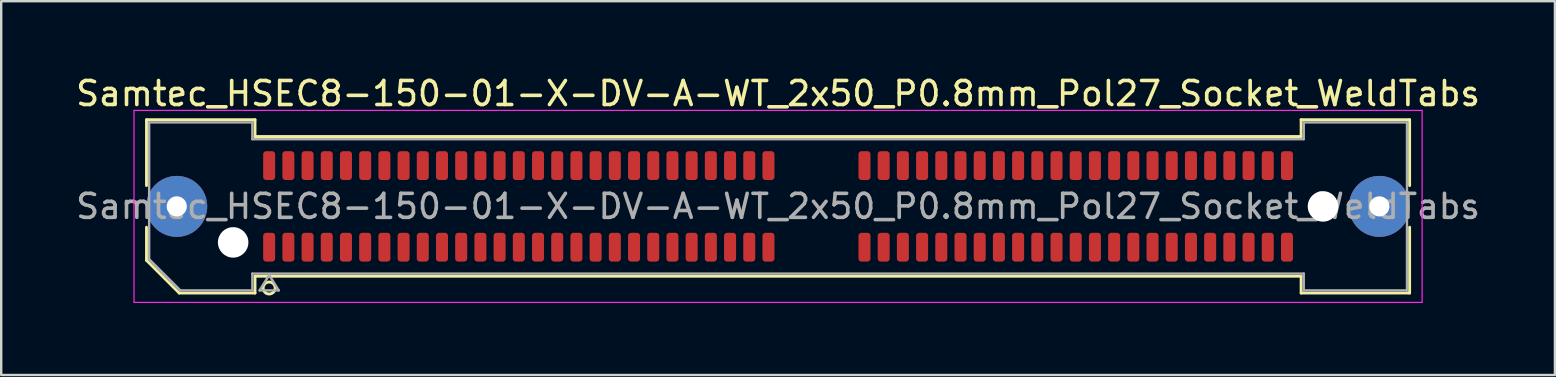
<source format=kicad_pcb>
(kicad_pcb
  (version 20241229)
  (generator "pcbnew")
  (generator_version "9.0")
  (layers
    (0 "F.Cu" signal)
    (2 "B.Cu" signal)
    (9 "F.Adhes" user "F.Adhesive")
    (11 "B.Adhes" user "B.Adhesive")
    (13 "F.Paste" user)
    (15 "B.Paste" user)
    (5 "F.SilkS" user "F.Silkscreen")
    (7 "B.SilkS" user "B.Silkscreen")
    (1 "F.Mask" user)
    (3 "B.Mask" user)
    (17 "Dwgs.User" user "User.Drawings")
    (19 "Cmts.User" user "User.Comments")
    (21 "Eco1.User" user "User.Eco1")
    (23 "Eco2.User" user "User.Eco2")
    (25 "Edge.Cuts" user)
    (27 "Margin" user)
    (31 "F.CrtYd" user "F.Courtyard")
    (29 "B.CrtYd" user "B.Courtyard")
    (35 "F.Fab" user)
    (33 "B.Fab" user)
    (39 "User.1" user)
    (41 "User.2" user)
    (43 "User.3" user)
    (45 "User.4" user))
  (footprint "Samtec_HSEC8-150-01-X-DV-A-WT_2x50_P0.8mm_Pol27_Socket_WeldTabs"
    (layer "F.Cu")
    (at 29.363 5.548)
    (property "Reference" "Samtec_HSEC8-150-01-X-DV-A-WT_2x50_P0.8mm_Pol27_Socket_WeldTabs" (at 0 -4.7 0) (layer "F.SilkS") (effects (font (size 1 1) (thickness 0.15))))
    (attr smd)
    (fp_line (start -26.31 -3.61) (end -21.79 -3.61) (stroke (width 0.12) (type solid)) (layer "F.SilkS"))
    (fp_line (start -26.31 -0.868) (end -26.31 -3.61) (stroke (width 0.12) (type solid)) (layer "F.SilkS"))
    (fp_line (start -26.31 2.246) (end -26.31 0.868) (stroke (width 0.12) (type solid)) (layer "F.SilkS"))
    (fp_line (start -24.946 3.61) (end -26.31 2.246) (stroke (width 0.12) (type solid)) (layer "F.SilkS"))
    (fp_line (start -21.79 -3.61) (end -21.79 -2.91) (stroke (width 0.12) (type solid)) (layer "F.SilkS"))
    (fp_line (start -21.79 -2.91) (end 21.79 -2.91) (stroke (width 0.12) (type solid)) (layer "F.SilkS"))
    (fp_line (start -21.79 2.91) (end -21.79 3.61) (stroke (width 0.12) (type solid)) (layer "F.SilkS"))
    (fp_line (start -21.79 3.61) (end -24.946 3.61) (stroke (width 0.12) (type solid)) (layer "F.SilkS"))
    (fp_line (start 21.79 -3.61) (end 26.31 -3.61) (stroke (width 0.12) (type solid)) (layer "F.SilkS"))
    (fp_line (start 21.79 -2.91) (end 21.79 -3.61) (stroke (width 0.12) (type solid)) (layer "F.SilkS"))
    (fp_line (start 21.79 2.91) (end -21.79 2.91) (stroke (width 0.12) (type solid)) (layer "F.SilkS"))
    (fp_line (start 21.79 3.61) (end 21.79 2.91) (stroke (width 0.12) (type solid)) (layer "F.SilkS"))
    (fp_line (start 26.31 -3.61) (end 26.31 -0.868) (stroke (width 0.12) (type solid)) (layer "F.SilkS"))
    (fp_line (start 26.31 0.868) (end 26.31 3.61) (stroke (width 0.12) (type solid)) (layer "F.SilkS"))
    (fp_line (start 26.31 3.61) (end 21.79 3.61) (stroke (width 0.12) (type solid)) (layer "F.SilkS"))
    (fp_arc (start -20.95 3.4) (mid -21.45 3.4) (end -20.95 3.4) (stroke (width 0.12) (type solid)) (layer "F.SilkS"))
    (fp_line (start -26.83 -4) (end -26.83 4) (stroke (width 0.05) (type solid)) (layer "F.CrtYd"))
    (fp_line (start -26.83 4) (end 26.83 4) (stroke (width 0.05) (type solid)) (layer "F.CrtYd"))
    (fp_line (start 26.83 -4) (end -26.83 -4) (stroke (width 0.05) (type solid)) (layer "F.CrtYd"))
    (fp_line (start 26.83 4) (end 26.83 -4) (stroke (width 0.05) (type solid)) (layer "F.CrtYd"))
    (fp_line (start -26.2 -3.5) (end -21.9 -3.5) (stroke (width 0.1) (type solid)) (layer "F.Fab"))
    (fp_line (start -26.2 2.2) (end -26.2 -3.5) (stroke (width 0.1) (type solid)) (layer "F.Fab"))
    (fp_line (start -24.9 3.5) (end -26.2 2.2) (stroke (width 0.1) (type solid)) (layer "F.Fab"))
    (fp_line (start -21.9 -3.5) (end -21.9 -2.8) (stroke (width 0.1) (type solid)) (layer "F.Fab"))
    (fp_line (start -21.9 -2.8) (end 21.9 -2.8) (stroke (width 0.1) (type solid)) (layer "F.Fab"))
    (fp_line (start -21.9 2.8) (end -21.9 3.5) (stroke (width 0.1) (type solid)) (layer "F.Fab"))
    (fp_line (start -21.9 3.5) (end -24.9 3.5) (stroke (width 0.1) (type solid)) (layer "F.Fab"))
    (fp_line (start -21.6 3.5) (end -21.2 2.86) (stroke (width 0.1) (type solid)) (layer "F.Fab"))
    (fp_line (start -21.2 2.86) (end -20.8 3.5) (stroke (width 0.1) (type solid)) (layer "F.Fab"))
    (fp_line (start -20.8 3.5) (end -21.6 3.5) (stroke (width 0.1) (type solid)) (layer "F.Fab"))
    (fp_line (start 21.9 -3.5) (end 26.2 -3.5) (stroke (width 0.1) (type solid)) (layer "F.Fab"))
    (fp_line (start 21.9 -2.8) (end 21.9 -3.5) (stroke (width 0.1) (type solid)) (layer "F.Fab"))
    (fp_line (start 21.9 2.8) (end -21.9 2.8) (stroke (width 0.1) (type solid)) (layer "F.Fab"))
    (fp_line (start 21.9 3.5) (end 21.9 2.8) (stroke (width 0.1) (type solid)) (layer "F.Fab"))
    (fp_line (start 26.2 -3.5) (end 26.2 3.5) (stroke (width 0.1) (type solid)) (layer "F.Fab"))
    (fp_line (start 26.2 3.5) (end 21.9 3.5) (stroke (width 0.1) (type solid)) (layer "F.Fab"))
    (fp_text user "${REFERENCE}" (at 0 0 0) (layer "F.Fab") (effects (font (size 1 1) (thickness 0.15))))
    (pad "" thru_hole circle (at -25.05 0) (size 2.54 2.54) (drill 0.84) (layers "*.Cu" "*.Mask" "F.Paste"))
    (pad "" np_thru_hole circle (at -22.7 1.5) (size 1.27 1.27) (drill 1.27) (layers "*.Cu" "*.Mask"))
    (pad "" np_thru_hole circle (at 22.7 0) (size 1.27 1.27) (drill 1.27) (layers "*.Cu" "*.Mask"))
    (pad "" thru_hole circle (at 25.05 0) (size 2.54 2.54) (drill 0.84) (layers "*.Cu" "*.Mask" "F.Paste"))
    (pad "1" smd roundrect (at -21.2 1.7) (size 0.5 1.2) (layers "F.Cu" "F.Mask" "F.Paste") (roundrect_rratio 0.25))
    (pad "2" smd roundrect (at -21.2 -1.7) (size 0.5 1.2) (layers "F.Cu" "F.Mask" "F.Paste") (roundrect_rratio 0.25))
    (pad "3" smd roundrect (at -20.4 1.7) (size 0.5 1.2) (layers "F.Cu" "F.Mask" "F.Paste") (roundrect_rratio 0.25))
    (pad "4" smd roundrect (at -20.4 -1.7) (size 0.5 1.2) (layers "F.Cu" "F.Mask" "F.Paste") (roundrect_rratio 0.25))
    (pad "5" smd roundrect (at -19.6 1.7) (size 0.5 1.2) (layers "F.Cu" "F.Mask" "F.Paste") (roundrect_rratio 0.25))
    (pad "6" smd roundrect (at -19.6 -1.7) (size 0.5 1.2) (layers "F.Cu" "F.Mask" "F.Paste") (roundrect_rratio 0.25))
    (pad "7" smd roundrect (at -18.8 1.7) (size 0.5 1.2) (layers "F.Cu" "F.Mask" "F.Paste") (roundrect_rratio 0.25))
    (pad "8" smd roundrect (at -18.8 -1.7) (size 0.5 1.2) (layers "F.Cu" "F.Mask" "F.Paste") (roundrect_rratio 0.25))
    (pad "9" smd roundrect (at -18 1.7) (size 0.5 1.2) (layers "F.Cu" "F.Mask" "F.Paste") (roundrect_rratio 0.25))
    (pad "10" smd roundrect (at -18 -1.7) (size 0.5 1.2) (layers "F.Cu" "F.Mask" "F.Paste") (roundrect_rratio 0.25))
    (pad "11" smd roundrect (at -17.2 1.7) (size 0.5 1.2) (layers "F.Cu" "F.Mask" "F.Paste") (roundrect_rratio 0.25))
    (pad "12" smd roundrect (at -17.2 -1.7) (size 0.5 1.2) (layers "F.Cu" "F.Mask" "F.Paste") (roundrect_rratio 0.25))
    (pad "13" smd roundrect (at -16.4 1.7) (size 0.5 1.2) (layers "F.Cu" "F.Mask" "F.Paste") (roundrect_rratio 0.25))
    (pad "14" smd roundrect (at -16.4 -1.7) (size 0.5 1.2) (layers "F.Cu" "F.Mask" "F.Paste") (roundrect_rratio 0.25))
    (pad "15" smd roundrect (at -15.6 1.7) (size 0.5 1.2) (layers "F.Cu" "F.Mask" "F.Paste") (roundrect_rratio 0.25))
    (pad "16" smd roundrect (at -15.6 -1.7) (size 0.5 1.2) (layers "F.Cu" "F.Mask" "F.Paste") (roundrect_rratio 0.25))
    (pad "17" smd roundrect (at -14.8 1.7) (size 0.5 1.2) (layers "F.Cu" "F.Mask" "F.Paste") (roundrect_rratio 0.25))
    (pad "18" smd roundrect (at -14.8 -1.7) (size 0.5 1.2) (layers "F.Cu" "F.Mask" "F.Paste") (roundrect_rratio 0.25))
    (pad "19" smd roundrect (at -14 1.7) (size 0.5 1.2) (layers "F.Cu" "F.Mask" "F.Paste") (roundrect_rratio 0.25))
    (pad "20" smd roundrect (at -14 -1.7) (size 0.5 1.2) (layers "F.Cu" "F.Mask" "F.Paste") (roundrect_rratio 0.25))
    (pad "21" smd roundrect (at -13.2 1.7) (size 0.5 1.2) (layers "F.Cu" "F.Mask" "F.Paste") (roundrect_rratio 0.25))
    (pad "22" smd roundrect (at -13.2 -1.7) (size 0.5 1.2) (layers "F.Cu" "F.Mask" "F.Paste") (roundrect_rratio 0.25))
    (pad "23" smd roundrect (at -12.4 1.7) (size 0.5 1.2) (layers "F.Cu" "F.Mask" "F.Paste") (roundrect_rratio 0.25))
    (pad "24" smd roundrect (at -12.4 -1.7) (size 0.5 1.2) (layers "F.Cu" "F.Mask" "F.Paste") (roundrect_rratio 0.25))
    (pad "25" smd roundrect (at -11.6 1.7) (size 0.5 1.2) (layers "F.Cu" "F.Mask" "F.Paste") (roundrect_rratio 0.25))
    (pad "26" smd roundrect (at -11.6 -1.7) (size 0.5 1.2) (layers "F.Cu" "F.Mask" "F.Paste") (roundrect_rratio 0.25))
    (pad "27" smd roundrect (at -10.8 1.7) (size 0.5 1.2) (layers "F.Cu" "F.Mask" "F.Paste") (roundrect_rratio 0.25))
    (pad "28" smd roundrect (at -10.8 -1.7) (size 0.5 1.2) (layers "F.Cu" "F.Mask" "F.Paste") (roundrect_rratio 0.25))
    (pad "29" smd roundrect (at -10 1.7) (size 0.5 1.2) (layers "F.Cu" "F.Mask" "F.Paste") (roundrect_rratio 0.25))
    (pad "30" smd roundrect (at -10 -1.7) (size 0.5 1.2) (layers "F.Cu" "F.Mask" "F.Paste") (roundrect_rratio 0.25))
    (pad "31" smd roundrect (at -9.2 1.7) (size 0.5 1.2) (layers "F.Cu" "F.Mask" "F.Paste") (roundrect_rratio 0.25))
    (pad "32" smd roundrect (at -9.2 -1.7) (size 0.5 1.2) (layers "F.Cu" "F.Mask" "F.Paste") (roundrect_rratio 0.25))
    (pad "33" smd roundrect (at -8.4 1.7) (size 0.5 1.2) (layers "F.Cu" "F.Mask" "F.Paste") (roundrect_rratio 0.25))
    (pad "34" smd roundrect (at -8.4 -1.7) (size 0.5 1.2) (layers "F.Cu" "F.Mask" "F.Paste") (roundrect_rratio 0.25))
    (pad "35" smd roundrect (at -7.6 1.7) (size 0.5 1.2) (layers "F.Cu" "F.Mask" "F.Paste") (roundrect_rratio 0.25))
    (pad "36" smd roundrect (at -7.6 -1.7) (size 0.5 1.2) (layers "F.Cu" "F.Mask" "F.Paste") (roundrect_rratio 0.25))
    (pad "37" smd roundrect (at -6.8 1.7) (size 0.5 1.2) (layers "F.Cu" "F.Mask" "F.Paste") (roundrect_rratio 0.25))
    (pad "38" smd roundrect (at -6.8 -1.7) (size 0.5 1.2) (layers "F.Cu" "F.Mask" "F.Paste") (roundrect_rratio 0.25))
    (pad "39" smd roundrect (at -6 1.7) (size 0.5 1.2) (layers "F.Cu" "F.Mask" "F.Paste") (roundrect_rratio 0.25))
    (pad "40" smd roundrect (at -6 -1.7) (size 0.5 1.2) (layers "F.Cu" "F.Mask" "F.Paste") (roundrect_rratio 0.25))
    (pad "41" smd roundrect (at -5.2 1.7) (size 0.5 1.2) (layers "F.Cu" "F.Mask" "F.Paste") (roundrect_rratio 0.25))
    (pad "42" smd roundrect (at -5.2 -1.7) (size 0.5 1.2) (layers "F.Cu" "F.Mask" "F.Paste") (roundrect_rratio 0.25))
    (pad "43" smd roundrect (at -4.4 1.7) (size 0.5 1.2) (layers "F.Cu" "F.Mask" "F.Paste") (roundrect_rratio 0.25))
    (pad "44" smd roundrect (at -4.4 -1.7) (size 0.5 1.2) (layers "F.Cu" "F.Mask" "F.Paste") (roundrect_rratio 0.25))
    (pad "45" smd roundrect (at -3.6 1.7) (size 0.5 1.2) (layers "F.Cu" "F.Mask" "F.Paste") (roundrect_rratio 0.25))
    (pad "46" smd roundrect (at -3.6 -1.7) (size 0.5 1.2) (layers "F.Cu" "F.Mask" "F.Paste") (roundrect_rratio 0.25))
    (pad "47" smd roundrect (at -2.8 1.7) (size 0.5 1.2) (layers "F.Cu" "F.Mask" "F.Paste") (roundrect_rratio 0.25))
    (pad "48" smd roundrect (at -2.8 -1.7) (size 0.5 1.2) (layers "F.Cu" "F.Mask" "F.Paste") (roundrect_rratio 0.25))
    (pad "49" smd roundrect (at -2 1.7) (size 0.5 1.2) (layers "F.Cu" "F.Mask" "F.Paste") (roundrect_rratio 0.25))
    (pad "50" smd roundrect (at -2 -1.7) (size 0.5 1.2) (layers "F.Cu" "F.Mask" "F.Paste") (roundrect_rratio 0.25))
    (pad "51" smd roundrect (at -1.2 1.7) (size 0.5 1.2) (layers "F.Cu" "F.Mask" "F.Paste") (roundrect_rratio 0.25))
    (pad "52" smd roundrect (at -1.2 -1.7) (size 0.5 1.2) (layers "F.Cu" "F.Mask" "F.Paste") (roundrect_rratio 0.25))
    (pad "53" smd roundrect (at -0.4 1.7) (size 0.5 1.2) (layers "F.Cu" "F.Mask" "F.Paste") (roundrect_rratio 0.25))
    (pad "54" smd roundrect (at -0.4 -1.7) (size 0.5 1.2) (layers "F.Cu" "F.Mask" "F.Paste") (roundrect_rratio 0.25))
    (pad "55" smd roundrect (at 3.6 1.7) (size 0.5 1.2) (layers "F.Cu" "F.Mask" "F.Paste") (roundrect_rratio 0.25))
    (pad "56" smd roundrect (at 3.6 -1.7) (size 0.5 1.2) (layers "F.Cu" "F.Mask" "F.Paste") (roundrect_rratio 0.25))
    (pad "57" smd roundrect (at 4.4 1.7) (size 0.5 1.2) (layers "F.Cu" "F.Mask" "F.Paste") (roundrect_rratio 0.25))
    (pad "58" smd roundrect (at 4.4 -1.7) (size 0.5 1.2) (layers "F.Cu" "F.Mask" "F.Paste") (roundrect_rratio 0.25))
    (pad "59" smd roundrect (at 5.2 1.7) (size 0.5 1.2) (layers "F.Cu" "F.Mask" "F.Paste") (roundrect_rratio 0.25))
    (pad "60" smd roundrect (at 5.2 -1.7) (size 0.5 1.2) (layers "F.Cu" "F.Mask" "F.Paste") (roundrect_rratio 0.25))
    (pad "61" smd roundrect (at 6 1.7) (size 0.5 1.2) (layers "F.Cu" "F.Mask" "F.Paste") (roundrect_rratio 0.25))
    (pad "62" smd roundrect (at 6 -1.7) (size 0.5 1.2) (layers "F.Cu" "F.Mask" "F.Paste") (roundrect_rratio 0.25))
    (pad "63" smd roundrect (at 6.8 1.7) (size 0.5 1.2) (layers "F.Cu" "F.Mask" "F.Paste") (roundrect_rratio 0.25))
    (pad "64" smd roundrect (at 6.8 -1.7) (size 0.5 1.2) (layers "F.Cu" "F.Mask" "F.Paste") (roundrect_rratio 0.25))
    (pad "65" smd roundrect (at 7.6 1.7) (size 0.5 1.2) (layers "F.Cu" "F.Mask" "F.Paste") (roundrect_rratio 0.25))
    (pad "66" smd roundrect (at 7.6 -1.7) (size 0.5 1.2) (layers "F.Cu" "F.Mask" "F.Paste") (roundrect_rratio 0.25))
    (pad "67" smd roundrect (at 8.4 1.7) (size 0.5 1.2) (layers "F.Cu" "F.Mask" "F.Paste") (roundrect_rratio 0.25))
    (pad "68" smd roundrect (at 8.4 -1.7) (size 0.5 1.2) (layers "F.Cu" "F.Mask" "F.Paste") (roundrect_rratio 0.25))
    (pad "69" smd roundrect (at 9.2 1.7) (size 0.5 1.2) (layers "F.Cu" "F.Mask" "F.Paste") (roundrect_rratio 0.25))
    (pad "70" smd roundrect (at 9.2 -1.7) (size 0.5 1.2) (layers "F.Cu" "F.Mask" "F.Paste") (roundrect_rratio 0.25))
    (pad "71" smd roundrect (at 10 1.7) (size 0.5 1.2) (layers "F.Cu" "F.Mask" "F.Paste") (roundrect_rratio 0.25))
    (pad "72" smd roundrect (at 10 -1.7) (size 0.5 1.2) (layers "F.Cu" "F.Mask" "F.Paste") (roundrect_rratio 0.25))
    (pad "73" smd roundrect (at 10.8 1.7) (size 0.5 1.2) (layers "F.Cu" "F.Mask" "F.Paste") (roundrect_rratio 0.25))
    (pad "74" smd roundrect (at 10.8 -1.7) (size 0.5 1.2) (layers "F.Cu" "F.Mask" "F.Paste") (roundrect_rratio 0.25))
    (pad "75" smd roundrect (at 11.6 1.7) (size 0.5 1.2) (layers "F.Cu" "F.Mask" "F.Paste") (roundrect_rratio 0.25))
    (pad "76" smd roundrect (at 11.6 -1.7) (size 0.5 1.2) (layers "F.Cu" "F.Mask" "F.Paste") (roundrect_rratio 0.25))
    (pad "77" smd roundrect (at 12.4 1.7) (size 0.5 1.2) (layers "F.Cu" "F.Mask" "F.Paste") (roundrect_rratio 0.25))
    (pad "78" smd roundrect (at 12.4 -1.7) (size 0.5 1.2) (layers "F.Cu" "F.Mask" "F.Paste") (roundrect_rratio 0.25))
    (pad "79" smd roundrect (at 13.2 1.7) (size 0.5 1.2) (layers "F.Cu" "F.Mask" "F.Paste") (roundrect_rratio 0.25))
    (pad "80" smd roundrect (at 13.2 -1.7) (size 0.5 1.2) (layers "F.Cu" "F.Mask" "F.Paste") (roundrect_rratio 0.25))
    (pad "81" smd roundrect (at 14 1.7) (size 0.5 1.2) (layers "F.Cu" "F.Mask" "F.Paste") (roundrect_rratio 0.25))
    (pad "82" smd roundrect (at 14 -1.7) (size 0.5 1.2) (layers "F.Cu" "F.Mask" "F.Paste") (roundrect_rratio 0.25))
    (pad "83" smd roundrect (at 14.8 1.7) (size 0.5 1.2) (layers "F.Cu" "F.Mask" "F.Paste") (roundrect_rratio 0.25))
    (pad "84" smd roundrect (at 14.8 -1.7) (size 0.5 1.2) (layers "F.Cu" "F.Mask" "F.Paste") (roundrect_rratio 0.25))
    (pad "85" smd roundrect (at 15.6 1.7) (size 0.5 1.2) (layers "F.Cu" "F.Mask" "F.Paste") (roundrect_rratio 0.25))
    (pad "86" smd roundrect (at 15.6 -1.7) (size 0.5 1.2) (layers "F.Cu" "F.Mask" "F.Paste") (roundrect_rratio 0.25))
    (pad "87" smd roundrect (at 16.4 1.7) (size 0.5 1.2) (layers "F.Cu" "F.Mask" "F.Paste") (roundrect_rratio 0.25))
    (pad "88" smd roundrect (at 16.4 -1.7) (size 0.5 1.2) (layers "F.Cu" "F.Mask" "F.Paste") (roundrect_rratio 0.25))
    (pad "89" smd roundrect (at 17.2 1.7) (size 0.5 1.2) (layers "F.Cu" "F.Mask" "F.Paste") (roundrect_rratio 0.25))
    (pad "90" smd roundrect (at 17.2 -1.7) (size 0.5 1.2) (layers "F.Cu" "F.Mask" "F.Paste") (roundrect_rratio 0.25))
    (pad "91" smd roundrect (at 18 1.7) (size 0.5 1.2) (layers "F.Cu" "F.Mask" "F.Paste") (roundrect_rratio 0.25))
    (pad "92" smd roundrect (at 18 -1.7) (size 0.5 1.2) (layers "F.Cu" "F.Mask" "F.Paste") (roundrect_rratio 0.25))
    (pad "93" smd roundrect (at 18.8 1.7) (size 0.5 1.2) (layers "F.Cu" "F.Mask" "F.Paste") (roundrect_rratio 0.25))
    (pad "94" smd roundrect (at 18.8 -1.7) (size 0.5 1.2) (layers "F.Cu" "F.Mask" "F.Paste") (roundrect_rratio 0.25))
    (pad "95" smd roundrect (at 19.6 1.7) (size 0.5 1.2) (layers "F.Cu" "F.Mask" "F.Paste") (roundrect_rratio 0.25))
    (pad "96" smd roundrect (at 19.6 -1.7) (size 0.5 1.2) (layers "F.Cu" "F.Mask" "F.Paste") (roundrect_rratio 0.25))
    (pad "97" smd roundrect (at 20.4 1.7) (size 0.5 1.2) (layers "F.Cu" "F.Mask" "F.Paste") (roundrect_rratio 0.25))
    (pad "98" smd roundrect (at 20.4 -1.7) (size 0.5 1.2) (layers "F.Cu" "F.Mask" "F.Paste") (roundrect_rratio 0.25))
    (pad "99" smd roundrect (at 21.2 1.7) (size 0.5 1.2) (layers "F.Cu" "F.Mask" "F.Paste") (roundrect_rratio 0.25))
    (pad "100" smd roundrect (at 21.2 -1.7) (size 0.5 1.2) (layers "F.Cu" "F.Mask" "F.Paste") (roundrect_rratio 0.25)))
  (gr_rect
    (start -3 -3)
    (end 61.726 12.573)
    (stroke (width 0.1) (type default))
    (fill no)
    (layer "Edge.Cuts")))
</source>
